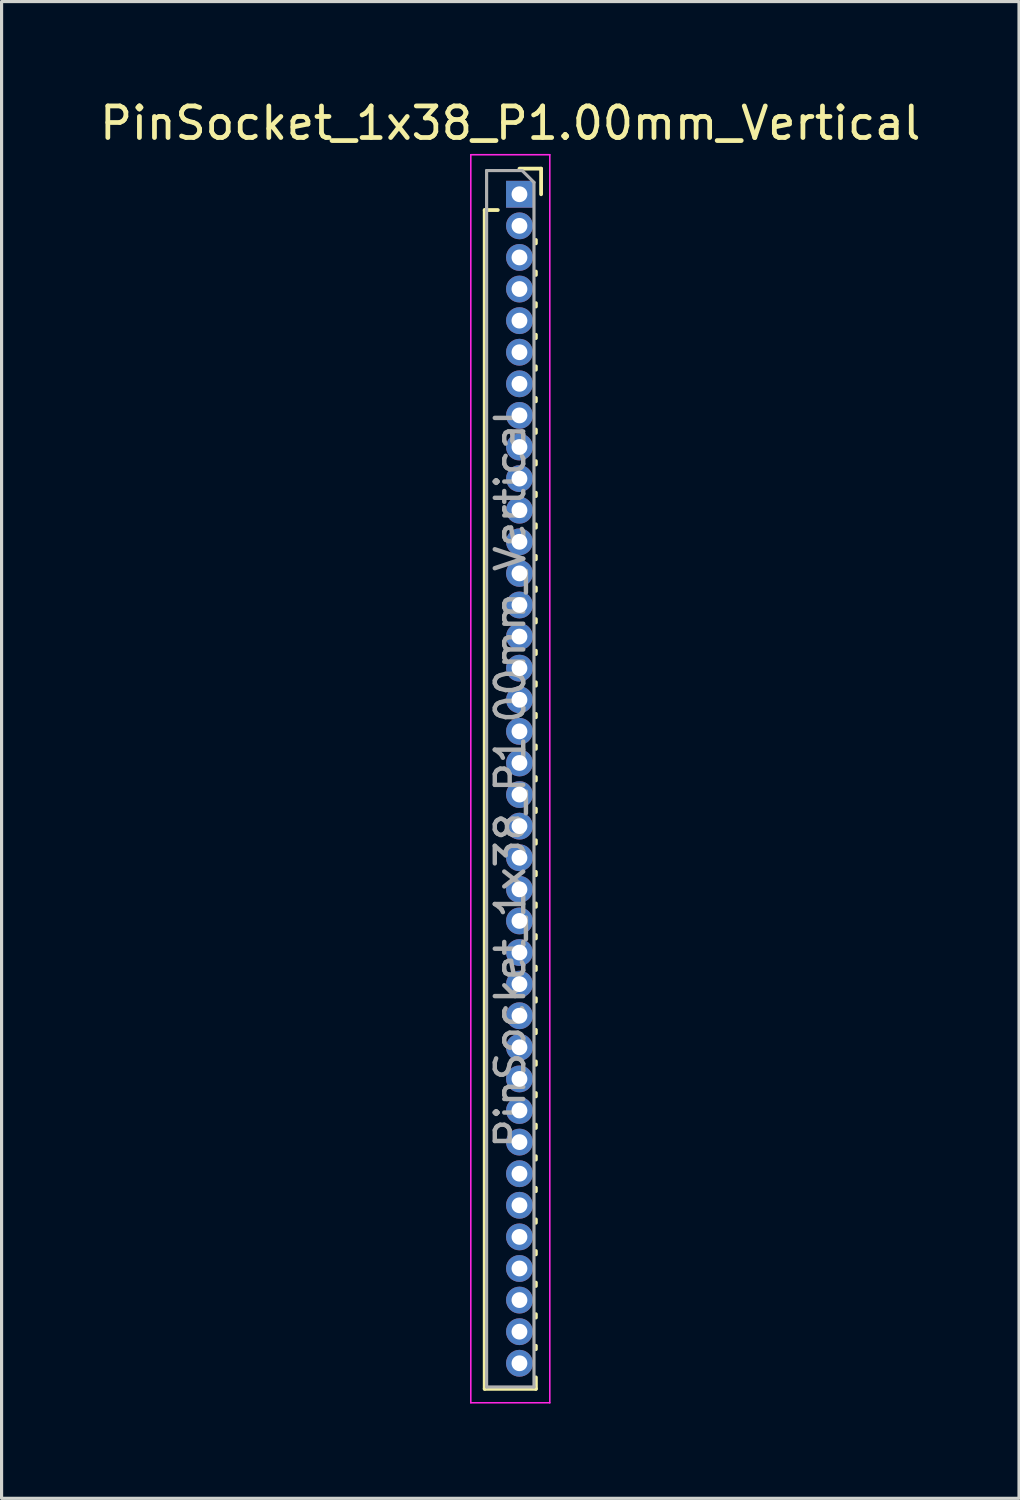
<source format=kicad_pcb>
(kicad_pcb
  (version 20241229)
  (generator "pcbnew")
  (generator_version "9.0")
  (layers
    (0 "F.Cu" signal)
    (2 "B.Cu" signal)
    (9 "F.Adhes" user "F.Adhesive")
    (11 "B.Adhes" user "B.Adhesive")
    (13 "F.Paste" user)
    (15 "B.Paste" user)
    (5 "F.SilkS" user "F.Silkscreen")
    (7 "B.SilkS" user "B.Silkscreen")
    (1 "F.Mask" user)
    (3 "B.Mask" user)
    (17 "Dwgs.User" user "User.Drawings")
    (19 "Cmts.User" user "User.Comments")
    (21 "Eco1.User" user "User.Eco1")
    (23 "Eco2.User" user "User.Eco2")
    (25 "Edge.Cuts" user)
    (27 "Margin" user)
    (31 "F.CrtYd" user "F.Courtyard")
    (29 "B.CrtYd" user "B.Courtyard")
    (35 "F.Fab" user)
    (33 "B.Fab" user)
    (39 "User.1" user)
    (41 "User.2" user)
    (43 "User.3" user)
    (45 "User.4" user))
  (footprint "PinSocket_1x38_P1.00mm_Vertical"
    (layer "F.Cu")
    (at 13.391 3.098)
    (property "Reference" "PinSocket_1x38_P1.00mm_Vertical" (at -0.29 -2.25 0) (layer "F.SilkS") (effects (font (size 1 1) (thickness 0.15))))
    (attr through_hole)
    (fp_line (start -1.1 0.5) (end -1.1 37.81) (stroke (width 0.12) (type solid)) (layer "F.SilkS"))
    (fp_line (start -1.1 0.5) (end -0.685 0.5) (stroke (width 0.12) (type solid)) (layer "F.SilkS"))
    (fp_line (start -1.1 37.81) (end 0.52 37.81) (stroke (width 0.12) (type solid)) (layer "F.SilkS"))
    (fp_line (start 0 -0.81) (end 0.685 -0.81) (stroke (width 0.12) (type solid)) (layer "F.SilkS"))
    (fp_line (start 0.52 1.446) (end 0.52 1.554) (stroke (width 0.12) (type solid)) (layer "F.SilkS"))
    (fp_line (start 0.52 2.446) (end 0.52 2.554) (stroke (width 0.12) (type solid)) (layer "F.SilkS"))
    (fp_line (start 0.52 3.446) (end 0.52 3.554) (stroke (width 0.12) (type solid)) (layer "F.SilkS"))
    (fp_line (start 0.52 4.446) (end 0.52 4.554) (stroke (width 0.12) (type solid)) (layer "F.SilkS"))
    (fp_line (start 0.52 5.446) (end 0.52 5.554) (stroke (width 0.12) (type solid)) (layer "F.SilkS"))
    (fp_line (start 0.52 6.446) (end 0.52 6.554) (stroke (width 0.12) (type solid)) (layer "F.SilkS"))
    (fp_line (start 0.52 7.446) (end 0.52 7.554) (stroke (width 0.12) (type solid)) (layer "F.SilkS"))
    (fp_line (start 0.52 8.446) (end 0.52 8.554) (stroke (width 0.12) (type solid)) (layer "F.SilkS"))
    (fp_line (start 0.52 9.446) (end 0.52 9.554) (stroke (width 0.12) (type solid)) (layer "F.SilkS"))
    (fp_line (start 0.52 10.446) (end 0.52 10.554) (stroke (width 0.12) (type solid)) (layer "F.SilkS"))
    (fp_line (start 0.52 11.446) (end 0.52 11.554) (stroke (width 0.12) (type solid)) (layer "F.SilkS"))
    (fp_line (start 0.52 12.446) (end 0.52 12.554) (stroke (width 0.12) (type solid)) (layer "F.SilkS"))
    (fp_line (start 0.52 13.446) (end 0.52 13.554) (stroke (width 0.12) (type solid)) (layer "F.SilkS"))
    (fp_line (start 0.52 14.446) (end 0.52 14.554) (stroke (width 0.12) (type solid)) (layer "F.SilkS"))
    (fp_line (start 0.52 15.446) (end 0.52 15.554) (stroke (width 0.12) (type solid)) (layer "F.SilkS"))
    (fp_line (start 0.52 16.446) (end 0.52 16.554) (stroke (width 0.12) (type solid)) (layer "F.SilkS"))
    (fp_line (start 0.52 17.446) (end 0.52 17.554) (stroke (width 0.12) (type solid)) (layer "F.SilkS"))
    (fp_line (start 0.52 18.446) (end 0.52 18.554) (stroke (width 0.12) (type solid)) (layer "F.SilkS"))
    (fp_line (start 0.52 19.446) (end 0.52 19.554) (stroke (width 0.12) (type solid)) (layer "F.SilkS"))
    (fp_line (start 0.52 20.446) (end 0.52 20.554) (stroke (width 0.12) (type solid)) (layer "F.SilkS"))
    (fp_line (start 0.52 21.446) (end 0.52 21.554) (stroke (width 0.12) (type solid)) (layer "F.SilkS"))
    (fp_line (start 0.52 22.446) (end 0.52 22.554) (stroke (width 0.12) (type solid)) (layer "F.SilkS"))
    (fp_line (start 0.52 23.446) (end 0.52 23.554) (stroke (width 0.12) (type solid)) (layer "F.SilkS"))
    (fp_line (start 0.52 24.446) (end 0.52 24.554) (stroke (width 0.12) (type solid)) (layer "F.SilkS"))
    (fp_line (start 0.52 25.446) (end 0.52 25.554) (stroke (width 0.12) (type solid)) (layer "F.SilkS"))
    (fp_line (start 0.52 26.446) (end 0.52 26.554) (stroke (width 0.12) (type solid)) (layer "F.SilkS"))
    (fp_line (start 0.52 27.446) (end 0.52 27.554) (stroke (width 0.12) (type solid)) (layer "F.SilkS"))
    (fp_line (start 0.52 28.446) (end 0.52 28.554) (stroke (width 0.12) (type solid)) (layer "F.SilkS"))
    (fp_line (start 0.52 29.446) (end 0.52 29.554) (stroke (width 0.12) (type solid)) (layer "F.SilkS"))
    (fp_line (start 0.52 30.446) (end 0.52 30.554) (stroke (width 0.12) (type solid)) (layer "F.SilkS"))
    (fp_line (start 0.52 31.446) (end 0.52 31.554) (stroke (width 0.12) (type solid)) (layer "F.SilkS"))
    (fp_line (start 0.52 32.446) (end 0.52 32.554) (stroke (width 0.12) (type solid)) (layer "F.SilkS"))
    (fp_line (start 0.52 33.446) (end 0.52 33.554) (stroke (width 0.12) (type solid)) (layer "F.SilkS"))
    (fp_line (start 0.52 34.446) (end 0.52 34.554) (stroke (width 0.12) (type solid)) (layer "F.SilkS"))
    (fp_line (start 0.52 35.446) (end 0.52 35.554) (stroke (width 0.12) (type solid)) (layer "F.SilkS"))
    (fp_line (start 0.52 36.446) (end 0.52 36.554) (stroke (width 0.12) (type solid)) (layer "F.SilkS"))
    (fp_line (start 0.52 37.446) (end 0.52 37.81) (stroke (width 0.12) (type solid)) (layer "F.SilkS"))
    (fp_line (start 0.685 -0.81) (end 0.685 0) (stroke (width 0.12) (type solid)) (layer "F.SilkS"))
    (fp_line (start -1.54 -1.25) (end 0.96 -1.25) (stroke (width 0.05) (type solid)) (layer "F.CrtYd"))
    (fp_line (start -1.54 38.25) (end -1.54 -1.25) (stroke (width 0.05) (type solid)) (layer "F.CrtYd"))
    (fp_line (start 0.96 -1.25) (end 0.96 38.25) (stroke (width 0.05) (type solid)) (layer "F.CrtYd"))
    (fp_line (start 0.96 38.25) (end -1.54 38.25) (stroke (width 0.05) (type solid)) (layer "F.CrtYd"))
    (fp_line (start -1.04 -0.75) (end 0.085 -0.75) (stroke (width 0.1) (type solid)) (layer "F.Fab"))
    (fp_line (start -1.04 37.75) (end -1.04 -0.75) (stroke (width 0.1) (type solid)) (layer "F.Fab"))
    (fp_line (start 0.085 -0.75) (end 0.46 -0.375) (stroke (width 0.1) (type solid)) (layer "F.Fab"))
    (fp_line (start 0.46 -0.375) (end 0.46 37.75) (stroke (width 0.1) (type solid)) (layer "F.Fab"))
    (fp_line (start 0.46 37.75) (end -1.04 37.75) (stroke (width 0.1) (type solid)) (layer "F.Fab"))
    (fp_text user "${REFERENCE}" (at -0.29 18.5 90) (layer "F.Fab") (effects (font (size 0.9 0.9) (thickness 0.14))))
    (pad "1" thru_hole rect (at 0 0) (size 0.85 0.85) (drill 0.5) (layers "*.Cu" "*.Mask"))
    (pad "2" thru_hole circle (at 0 1) (size 0.85 0.85) (drill 0.5) (layers "*.Cu" "*.Mask"))
    (pad "3" thru_hole circle (at 0 2) (size 0.85 0.85) (drill 0.5) (layers "*.Cu" "*.Mask"))
    (pad "4" thru_hole circle (at 0 3) (size 0.85 0.85) (drill 0.5) (layers "*.Cu" "*.Mask"))
    (pad "5" thru_hole circle (at 0 4) (size 0.85 0.85) (drill 0.5) (layers "*.Cu" "*.Mask"))
    (pad "6" thru_hole circle (at 0 5) (size 0.85 0.85) (drill 0.5) (layers "*.Cu" "*.Mask"))
    (pad "7" thru_hole circle (at 0 6) (size 0.85 0.85) (drill 0.5) (layers "*.Cu" "*.Mask"))
    (pad "8" thru_hole circle (at 0 7) (size 0.85 0.85) (drill 0.5) (layers "*.Cu" "*.Mask"))
    (pad "9" thru_hole circle (at 0 8) (size 0.85 0.85) (drill 0.5) (layers "*.Cu" "*.Mask"))
    (pad "10" thru_hole circle (at 0 9) (size 0.85 0.85) (drill 0.5) (layers "*.Cu" "*.Mask"))
    (pad "11" thru_hole circle (at 0 10) (size 0.85 0.85) (drill 0.5) (layers "*.Cu" "*.Mask"))
    (pad "12" thru_hole circle (at 0 11) (size 0.85 0.85) (drill 0.5) (layers "*.Cu" "*.Mask"))
    (pad "13" thru_hole circle (at 0 12) (size 0.85 0.85) (drill 0.5) (layers "*.Cu" "*.Mask"))
    (pad "14" thru_hole circle (at 0 13) (size 0.85 0.85) (drill 0.5) (layers "*.Cu" "*.Mask"))
    (pad "15" thru_hole circle (at 0 14) (size 0.85 0.85) (drill 0.5) (layers "*.Cu" "*.Mask"))
    (pad "16" thru_hole circle (at 0 15) (size 0.85 0.85) (drill 0.5) (layers "*.Cu" "*.Mask"))
    (pad "17" thru_hole circle (at 0 16) (size 0.85 0.85) (drill 0.5) (layers "*.Cu" "*.Mask"))
    (pad "18" thru_hole circle (at 0 17) (size 0.85 0.85) (drill 0.5) (layers "*.Cu" "*.Mask"))
    (pad "19" thru_hole circle (at 0 18) (size 0.85 0.85) (drill 0.5) (layers "*.Cu" "*.Mask"))
    (pad "20" thru_hole circle (at 0 19) (size 0.85 0.85) (drill 0.5) (layers "*.Cu" "*.Mask"))
    (pad "21" thru_hole circle (at 0 20) (size 0.85 0.85) (drill 0.5) (layers "*.Cu" "*.Mask"))
    (pad "22" thru_hole circle (at 0 21) (size 0.85 0.85) (drill 0.5) (layers "*.Cu" "*.Mask"))
    (pad "23" thru_hole circle (at 0 22) (size 0.85 0.85) (drill 0.5) (layers "*.Cu" "*.Mask"))
    (pad "24" thru_hole circle (at 0 23) (size 0.85 0.85) (drill 0.5) (layers "*.Cu" "*.Mask"))
    (pad "25" thru_hole circle (at 0 24) (size 0.85 0.85) (drill 0.5) (layers "*.Cu" "*.Mask"))
    (pad "26" thru_hole circle (at 0 25) (size 0.85 0.85) (drill 0.5) (layers "*.Cu" "*.Mask"))
    (pad "27" thru_hole circle (at 0 26) (size 0.85 0.85) (drill 0.5) (layers "*.Cu" "*.Mask"))
    (pad "28" thru_hole circle (at 0 27) (size 0.85 0.85) (drill 0.5) (layers "*.Cu" "*.Mask"))
    (pad "29" thru_hole circle (at 0 28) (size 0.85 0.85) (drill 0.5) (layers "*.Cu" "*.Mask"))
    (pad "30" thru_hole circle (at 0 29) (size 0.85 0.85) (drill 0.5) (layers "*.Cu" "*.Mask"))
    (pad "31" thru_hole circle (at 0 30) (size 0.85 0.85) (drill 0.5) (layers "*.Cu" "*.Mask"))
    (pad "32" thru_hole circle (at 0 31) (size 0.85 0.85) (drill 0.5) (layers "*.Cu" "*.Mask"))
    (pad "33" thru_hole circle (at 0 32) (size 0.85 0.85) (drill 0.5) (layers "*.Cu" "*.Mask"))
    (pad "34" thru_hole circle (at 0 33) (size 0.85 0.85) (drill 0.5) (layers "*.Cu" "*.Mask"))
    (pad "35" thru_hole circle (at 0 34) (size 0.85 0.85) (drill 0.5) (layers "*.Cu" "*.Mask"))
    (pad "36" thru_hole circle (at 0 35) (size 0.85 0.85) (drill 0.5) (layers "*.Cu" "*.Mask"))
    (pad "37" thru_hole circle (at 0 36) (size 0.85 0.85) (drill 0.5) (layers "*.Cu" "*.Mask"))
    (pad "38" thru_hole circle (at 0 37) (size 0.85 0.85) (drill 0.5) (layers "*.Cu" "*.Mask")))
  (gr_rect
    (start -3 -3)
    (end 29.202 44.373)
    (stroke (width 0.1) (type default))
    (fill no)
    (layer "Edge.Cuts")))
</source>
